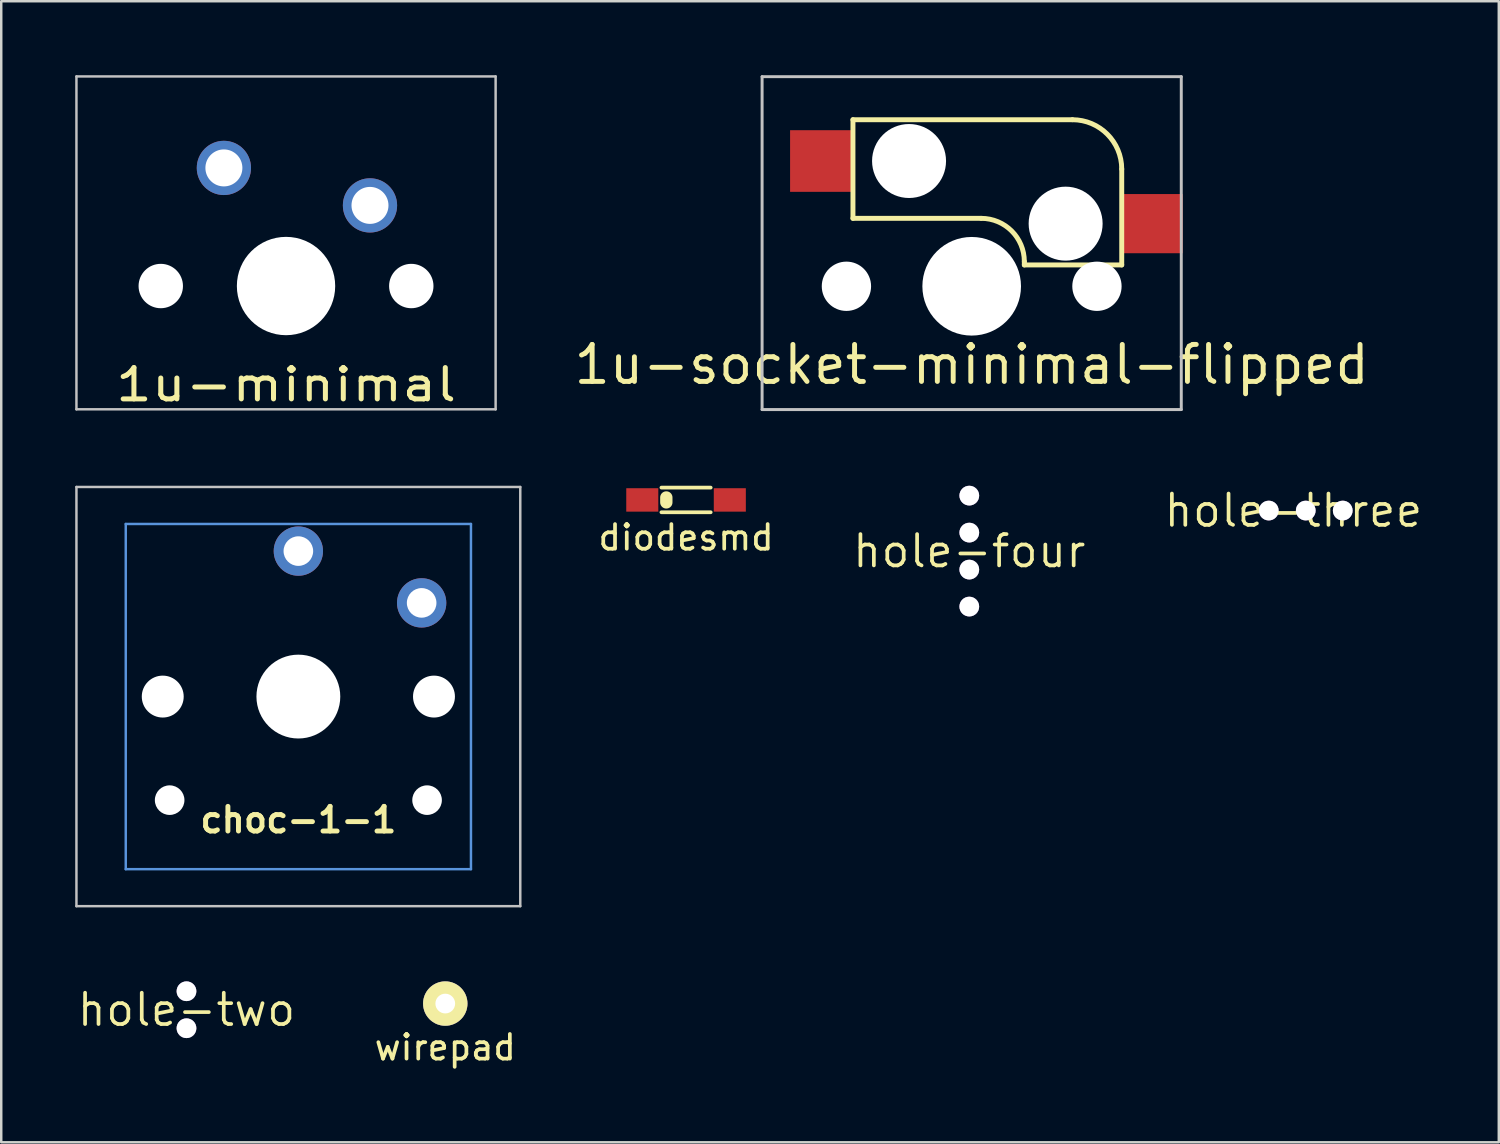
<source format=kicad_pcb>
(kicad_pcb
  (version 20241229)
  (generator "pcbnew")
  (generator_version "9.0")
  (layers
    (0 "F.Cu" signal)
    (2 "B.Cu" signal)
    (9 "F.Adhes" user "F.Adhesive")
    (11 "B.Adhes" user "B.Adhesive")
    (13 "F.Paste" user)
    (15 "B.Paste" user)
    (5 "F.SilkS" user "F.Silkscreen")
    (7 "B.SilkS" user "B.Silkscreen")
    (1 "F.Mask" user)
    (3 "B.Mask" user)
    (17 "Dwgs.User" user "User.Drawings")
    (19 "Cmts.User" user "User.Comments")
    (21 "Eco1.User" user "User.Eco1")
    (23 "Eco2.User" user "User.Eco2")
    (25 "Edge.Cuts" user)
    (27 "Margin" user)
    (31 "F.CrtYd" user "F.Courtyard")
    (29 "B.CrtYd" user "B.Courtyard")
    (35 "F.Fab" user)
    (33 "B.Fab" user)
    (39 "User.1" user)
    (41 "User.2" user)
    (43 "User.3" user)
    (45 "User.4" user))
  (footprint "hole-four"
    (layer "F.Cu")
    (at 36.26 19.3)
    (property "Reference" "hole-four" (at 0 0 0) (layer "F.SilkS") (effects (font (size 1.27 1.27) (thickness 0.15))))
    (attr through_hole)
    (pad "" thru_hole circle (at 0 -2.25) (size 0.8 0.8) (drill 0.8) (layers "*.Cu" "*.Mask"))
    (pad "" thru_hole circle (at 0 -0.75) (size 0.8 0.8) (drill 0.8) (layers "*.Cu" "*.Mask"))
    (pad "" thru_hole circle (at 0 0.75) (size 0.8 0.8) (drill 0.8) (layers "*.Cu" "*.Mask"))
    (pad "" thru_hole circle (at 0 2.25) (size 0.8 0.8) (drill 0.8) (layers "*.Cu" "*.Mask")))
  (footprint "choc-1-1"
    (layer "F.Cu")
    (at 9.05 25.2)
    (property "Reference" "choc-1-1" (at 0 5 180) (layer "F.SilkS") (effects (font (size 1 1) (thickness 0.2))))
    (attr through_hole)
    (fp_line (start -9 -8.5) (end 9 -8.5) (stroke (width 0.1) (type solid)) (layer "Dwgs.User"))
    (fp_line (start -9 8.5) (end -9 -8.5) (stroke (width 0.1) (type solid)) (layer "Dwgs.User"))
    (fp_line (start 9 -8.5) (end 9 8.5) (stroke (width 0.1) (type solid)) (layer "Dwgs.User"))
    (fp_line (start 9 8.5) (end -9 8.5) (stroke (width 0.1) (type solid)) (layer "Dwgs.User"))
    (fp_line (start -7 -7) (end 7 -7) (stroke (width 0.1) (type solid)) (layer "Cmts.User"))
    (fp_line (start -7 7) (end -7 -7) (stroke (width 0.1) (type solid)) (layer "Cmts.User"))
    (fp_line (start 7 -7) (end 7 7) (stroke (width 0.1) (type solid)) (layer "Cmts.User"))
    (fp_line (start 7 7) (end -7 7) (stroke (width 0.1) (type solid)) (layer "Cmts.User"))
    (pad "" np_thru_hole circle (at -5.5 0) (size 1.7 1.7) (drill 1.7) (layers "*.Cu" "*.Mask"))
    (pad "" np_thru_hole circle (at -5.22 4.2) (size 1.2 1.2) (drill 1.2) (layers "*.Cu" "*.Mask"))
    (pad "" np_thru_hole circle (at 0 0) (size 3.4 3.4) (drill 3.4) (layers "*.Cu" "*.Mask"))
    (pad "" np_thru_hole circle (at 5.22 4.2) (size 1.2 1.2) (drill 1.2) (layers "*.Cu" "*.Mask"))
    (pad "" np_thru_hole circle (at 5.5 0) (size 1.7 1.7) (drill 1.7) (layers "*.Cu" "*.Mask"))
    (pad "1" thru_hole circle (at 0 -5.9) (size 2 2) (drill 1.2) (layers "*.Cu" "*.Mask"))
    (pad "2" thru_hole circle (at 5 -3.8) (size 2 2) (drill 1.2) (layers "*.Cu" "*.Mask")))
  (footprint "hole-two"
    (layer "F.Cu")
    (at 4.513 37.9)
    (property "Reference" "hole-two" (at 0 0 0) (layer "F.SilkS") (effects (font (size 1.27 1.27) (thickness 0.15))))
    (attr through_hole)
    (pad "" thru_hole circle (at 0 -0.75) (size 0.8 0.8) (drill 0.8) (layers "*.Cu" "*.Mask"))
    (pad "" thru_hole circle (at 0 0.75) (size 0.8 0.8) (drill 0.8) (layers "*.Cu" "*.Mask")))
  (footprint "1u-minimal"
    (layer "F.Cu")
    (at 8.55 8.55)
    (property "Reference" "1u-minimal" (at 0 4 0) (layer "F.SilkS") (effects (font (size 1.27 1.524) (thickness 0.203))))
    (attr through_hole)
    (fp_line (start -8.5 -8.5) (end 8.5 -8.5) (stroke (width 0.1) (type solid)) (layer "Dwgs.User"))
    (fp_line (start -8.5 5) (end -8.5 -8.5) (stroke (width 0.1) (type solid)) (layer "Dwgs.User"))
    (fp_line (start 8.5 -8.5) (end 8.5 5) (stroke (width 0.1) (type solid)) (layer "Dwgs.User"))
    (fp_line (start 8.5 5) (end -8.5 5) (stroke (width 0.1) (type solid)) (layer "Dwgs.User"))
    (pad "" np_thru_hole circle (at -5.08 0) (size 1.8 1.8) (drill 1.8) (layers "*.Cu" "*.Mask"))
    (pad "" np_thru_hole circle (at 0 0) (size 3.988 3.988) (drill 3.988) (layers "*.Cu" "*.Mask"))
    (pad "" np_thru_hole circle (at 5.08 0) (size 1.8 1.8) (drill 1.8) (layers "*.Cu" "*.Mask"))
    (pad "1" thru_hole circle (at -2.52 -4.79) (size 2.2 2.2) (drill 1.5) (layers "*.Cu" "*.Mask"))
    (pad "2" thru_hole circle (at 3.405 -3.27 29) (size 2.2 2.2) (drill 1.5) (layers "*.Cu" "*.Mask")))
  (footprint "wirepad"
    (layer "F.Cu")
    (at 15.008 37.65)
    (property "Reference" "wirepad" (at 0 1.778 0) (layer "F.SilkS") (effects (font (size 1 1) (thickness 0.15))))
    (attr through_hole)
    (pad "1" thru_hole circle (at 0 0) (size 1.8 1.8) (drill 0.8) (layers "*.Cu" "*.Mask" "F.SilkS")))
  (footprint "diodesmd"
    (layer "F.Cu")
    (at 24.773 17.225)
    (property "Reference" "diodesmd" (at 0 1.524 0) (layer "F.SilkS") (effects (font (size 1 1) (thickness 0.15))))
    (attr through_hole)
    (fp_line (start -1 -0.5) (end 1 -0.5) (stroke (width 0.15) (type solid)) (layer "F.SilkS"))
    (fp_line (start -1 0.5) (end 1 0.5) (stroke (width 0.15) (type solid)) (layer "F.SilkS"))
    (fp_line (start -0.8 -0.1) (end -0.8 0.1) (stroke (width 0.5) (type solid)) (layer "F.SilkS"))
    (pad "1" smd rect (at -1.775 0) (size 1.3 0.95) (layers "F.Cu" "F.Mask" "F.Paste"))
    (pad "2" smd rect (at 1.775 0) (size 1.3 0.95) (layers "F.Cu" "F.Mask" "F.Paste")))
  (footprint "hole-three"
    (layer "F.Cu")
    (at 49.405 17.656)
    (property "Reference" "hole-three" (at 0 0 0) (layer "F.SilkS") (effects (font (size 1.27 1.27) (thickness 0.15))))
    (attr through_hole)
    (pad "" thru_hole circle (at -1 0) (size 0.8 0.8) (drill 0.8) (layers "*.Cu" "*.Mask"))
    (pad "" thru_hole circle (at 0.5 0) (size 0.8 0.8) (drill 0.8) (layers "*.Cu" "*.Mask"))
    (pad "" thru_hole circle (at 2 0) (size 0.8 0.8) (drill 0.8) (layers "*.Cu" "*.Mask")))
  (footprint "1u-socket-minimal-flipped"
    (layer "F.Cu")
    (at 36.357 8.56)
    (property "Reference" "1u-socket-minimal-flipped" (at 0 3.175 180) (layer "F.SilkS") (effects (font (size 1.5 1.5) (thickness 0.2))))
    (attr through_hole)
    (fp_line (start -4.815 -6.755) (end -4.815 -2.755) (stroke (width 0.2) (type solid)) (layer "F.SilkS"))
    (fp_line (start 0.385 -2.755) (end -4.815 -2.755) (stroke (width 0.2) (type solid)) (layer "F.SilkS"))
    (fp_line (start 2.135 -1.005) (end 2.135 -0.865) (stroke (width 0.2) (type solid)) (layer "F.SilkS"))
    (fp_line (start 4.085 -6.755) (end -4.815 -6.755) (stroke (width 0.2) (type solid)) (layer "F.SilkS"))
    (fp_line (start 6.085 -4.755) (end 6.085 -0.865) (stroke (width 0.2) (type solid)) (layer "F.SilkS"))
    (fp_line (start 6.085 -0.865) (end 2.135 -0.865) (stroke (width 0.2) (type solid)) (layer "F.SilkS"))
    (fp_arc (start 0.384999 -2.754999) (mid 1.622436 -2.242436) (end 2.134999 -1.004999) (stroke (width 0.2) (type solid)) (layer "F.SilkS"))
    (fp_arc (start 4.084999 -6.754999) (mid 5.499213 -6.169213) (end 6.084999 -4.754999) (stroke (width 0.2) (type solid)) (layer "F.SilkS"))
    (fp_arc (start -0.25 0) (mid 0 -0.25) (end 0.25 0) (stroke (width 0.1) (type solid)) (layer "B.SilkS"))
    (fp_arc (start 0.25 0) (mid 0 0.25) (end -0.25 0) (stroke (width 0.1) (type solid)) (layer "B.SilkS"))
    (fp_line (start -8.5 -8.5) (end 8.5 -8.5) (stroke (width 0.12) (type solid)) (layer "Dwgs.User"))
    (fp_line (start -8.5 5) (end -8.5 -8.5) (stroke (width 0.12) (type solid)) (layer "Dwgs.User"))
    (fp_line (start 8.5 -8.5) (end 8.5 5) (stroke (width 0.12) (type solid)) (layer "Dwgs.User"))
    (fp_line (start 8.5 5) (end -8.5 5) (stroke (width 0.12) (type solid)) (layer "Dwgs.User"))
    (pad "" np_thru_hole circle (at -5.08 0) (size 2 2) (drill 2) (layers "*.Cu" "*.Mask"))
    (pad "" np_thru_hole circle (at -2.54 -5.08) (size 3 3) (drill 3) (layers "*.Cu" "*.Mask"))
    (pad "" np_thru_hole circle (at 0 0) (size 4 4) (drill 4) (layers "*.Cu" "*.Mask"))
    (pad "" np_thru_hole circle (at 3.81 -2.54) (size 3 3) (drill 3) (layers "*.Cu" "*.Mask"))
    (pad "" np_thru_hole circle (at 5.08 0) (size 2 2) (drill 2) (layers "*.Cu" "*.Mask"))
    (pad "1" smd rect (at -6.09 -5.08) (size 2.55 2.5) (layers "F.Cu" "F.Mask" "F.Paste"))
    (pad "2" smd rect (at 7.36 -2.54) (size 2.4 2.4) (layers "F.Cu" "F.Mask" "F.Paste")))
  (gr_rect
    (start -3 -3)
    (end 57.734 43.276)
    (stroke (width 0.1) (type default))
    (fill no)
    (layer "Edge.Cuts")))
</source>
